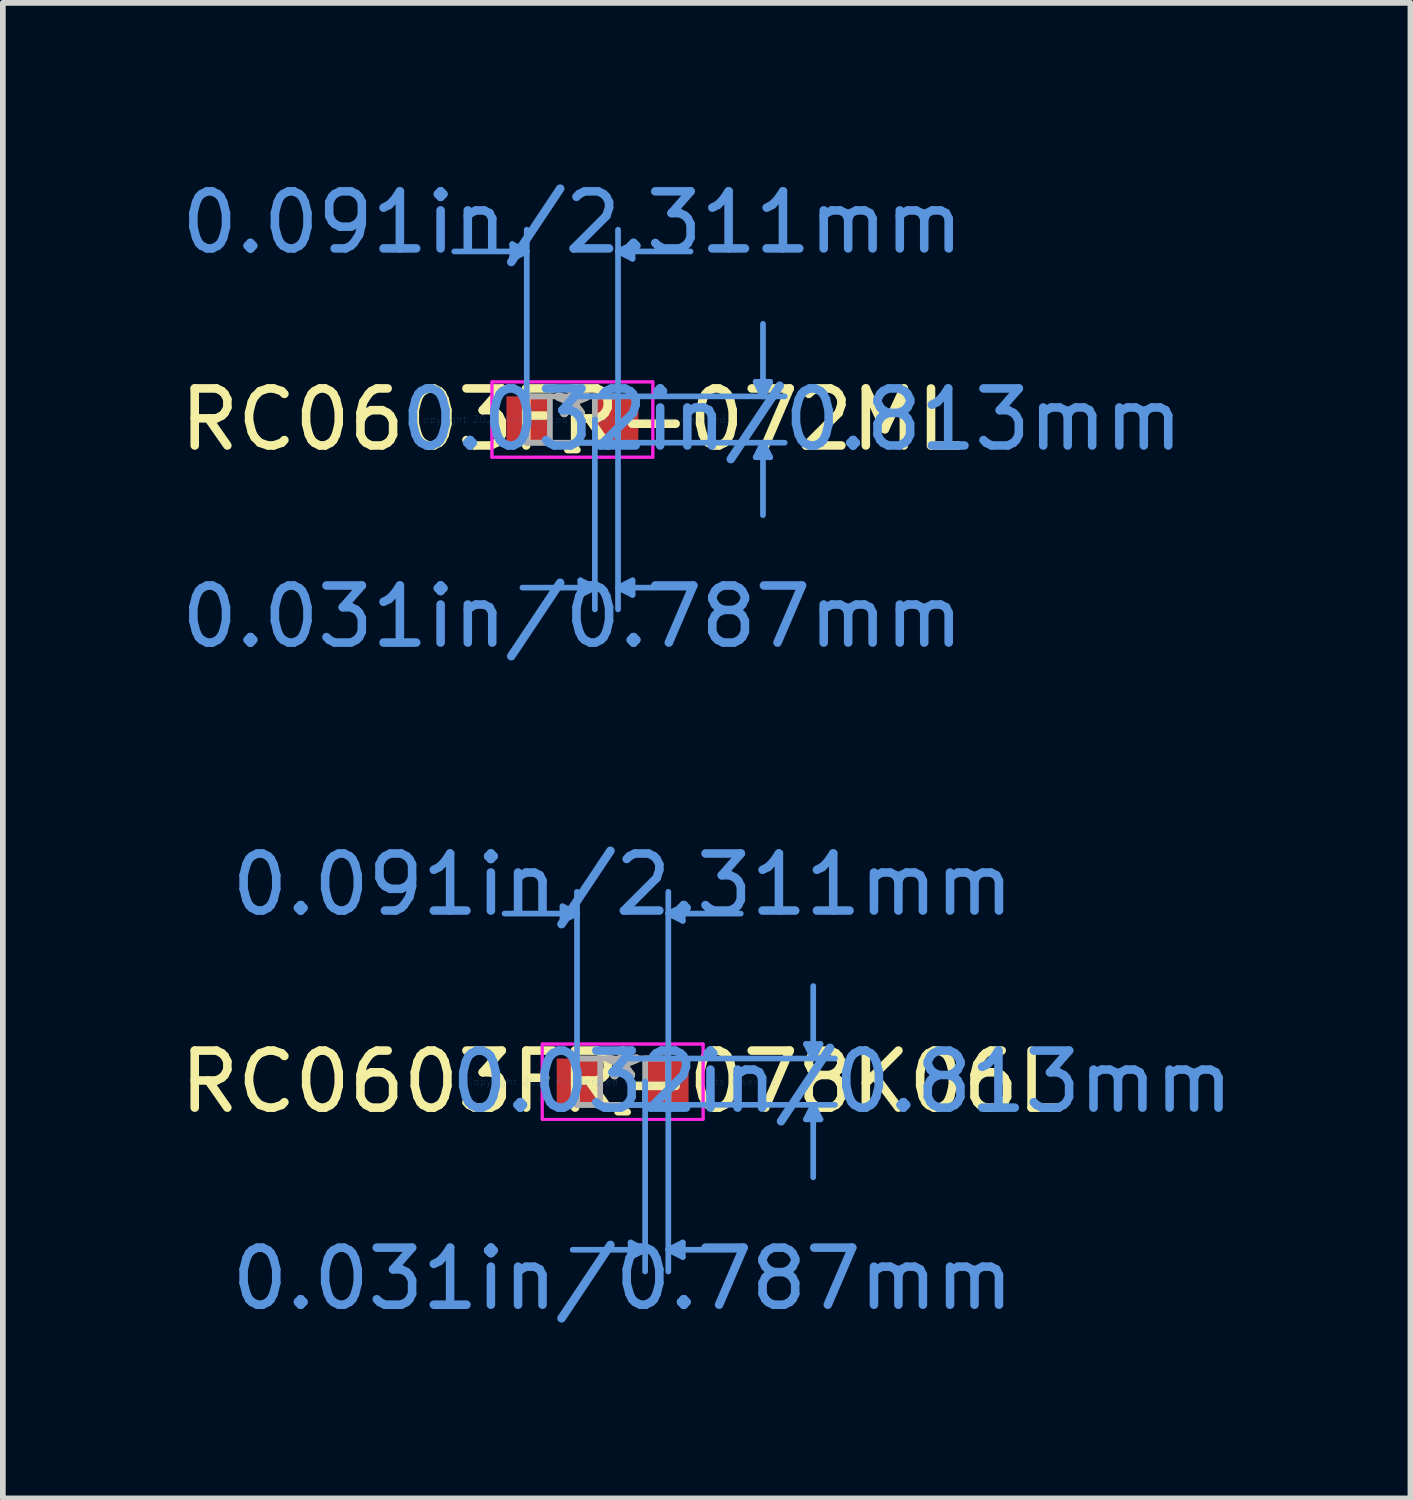
<source format=kicad_pcb>
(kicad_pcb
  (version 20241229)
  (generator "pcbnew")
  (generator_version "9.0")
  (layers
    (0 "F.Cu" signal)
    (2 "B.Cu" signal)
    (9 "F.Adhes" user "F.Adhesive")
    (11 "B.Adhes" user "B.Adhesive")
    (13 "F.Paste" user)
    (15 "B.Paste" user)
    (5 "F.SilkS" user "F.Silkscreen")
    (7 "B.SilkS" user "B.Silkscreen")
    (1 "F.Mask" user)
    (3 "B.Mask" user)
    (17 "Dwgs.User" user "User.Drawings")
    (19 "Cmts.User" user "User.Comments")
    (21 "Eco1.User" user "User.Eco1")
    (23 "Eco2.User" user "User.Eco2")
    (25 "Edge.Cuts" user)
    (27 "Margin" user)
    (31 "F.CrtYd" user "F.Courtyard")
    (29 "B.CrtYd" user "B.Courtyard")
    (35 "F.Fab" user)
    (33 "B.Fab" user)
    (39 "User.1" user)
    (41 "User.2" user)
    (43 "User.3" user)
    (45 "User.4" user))
  (footprint "RC0603FR-072ML"
    (layer "F.Cu")
    (at 6.982 4.303)
    (property "Reference" "RC0603FR-072ML" (at 0 0 0) (layer "F.SilkS") (effects (font (size 1 1) (thickness 0.15))))
    (attr through_hole)
    (fp_line (start -0.086 0.533) (end 0.086 0.533) (stroke (width 0.12) (type solid)) (layer "F.SilkS"))
    (fp_line (start 0.086 -0.533) (end -0.086 -0.533) (stroke (width 0.12) (type solid)) (layer "F.SilkS"))
    (fp_line (start -1.054 -3.073) (end -1.054 -2.819) (stroke (width 0.1) (type solid)) (layer "Cmts.User"))
    (fp_line (start -0.8 -2.946) (end -2.07 -2.946) (stroke (width 0.1) (type solid)) (layer "Cmts.User"))
    (fp_line (start -0.8 -2.946) (end -1.054 -3.073) (stroke (width 0.1) (type solid)) (layer "Cmts.User"))
    (fp_line (start -0.8 -2.946) (end -1.054 -2.819) (stroke (width 0.1) (type solid)) (layer "Cmts.User"))
    (fp_line (start -0.8 0) (end -0.8 -3.327) (stroke (width 0.1) (type solid)) (layer "Cmts.User"))
    (fp_line (start 0 -0.406) (end 3.721 -0.406) (stroke (width 0.1) (type solid)) (layer "Cmts.User"))
    (fp_line (start 0 0.406) (end 3.721 0.406) (stroke (width 0.1) (type solid)) (layer "Cmts.User"))
    (fp_line (start 0.14 2.819) (end 0.14 3.073) (stroke (width 0.1) (type solid)) (layer "Cmts.User"))
    (fp_line (start 0.394 0) (end 0.394 3.327) (stroke (width 0.1) (type solid)) (layer "Cmts.User"))
    (fp_line (start 0.394 2.946) (end -0.876 2.946) (stroke (width 0.1) (type solid)) (layer "Cmts.User"))
    (fp_line (start 0.394 2.946) (end 0.14 2.819) (stroke (width 0.1) (type solid)) (layer "Cmts.User"))
    (fp_line (start 0.394 2.946) (end 0.14 3.073) (stroke (width 0.1) (type solid)) (layer "Cmts.User"))
    (fp_line (start 0.8 -2.946) (end 1.054 -3.073) (stroke (width 0.1) (type solid)) (layer "Cmts.User"))
    (fp_line (start 0.8 -2.946) (end 1.054 -2.819) (stroke (width 0.1) (type solid)) (layer "Cmts.User"))
    (fp_line (start 0.8 -2.946) (end 2.07 -2.946) (stroke (width 0.1) (type solid)) (layer "Cmts.User"))
    (fp_line (start 0.8 0) (end 0.8 -3.327) (stroke (width 0.1) (type solid)) (layer "Cmts.User"))
    (fp_line (start 0.8 0) (end 0.8 3.327) (stroke (width 0.1) (type solid)) (layer "Cmts.User"))
    (fp_line (start 0.8 2.946) (end 1.054 2.819) (stroke (width 0.1) (type solid)) (layer "Cmts.User"))
    (fp_line (start 0.8 2.946) (end 1.054 3.073) (stroke (width 0.1) (type solid)) (layer "Cmts.User"))
    (fp_line (start 0.8 2.946) (end 2.07 2.946) (stroke (width 0.1) (type solid)) (layer "Cmts.User"))
    (fp_line (start 1.054 -3.073) (end 1.054 -2.819) (stroke (width 0.1) (type solid)) (layer "Cmts.User"))
    (fp_line (start 1.054 2.819) (end 1.054 3.073) (stroke (width 0.1) (type solid)) (layer "Cmts.User"))
    (fp_line (start 3.213 -0.66) (end 3.467 -0.66) (stroke (width 0.1) (type solid)) (layer "Cmts.User"))
    (fp_line (start 3.213 0.66) (end 3.467 0.66) (stroke (width 0.1) (type solid)) (layer "Cmts.User"))
    (fp_line (start 3.34 -0.406) (end 3.213 -0.66) (stroke (width 0.1) (type solid)) (layer "Cmts.User"))
    (fp_line (start 3.34 -0.406) (end 3.34 -1.676) (stroke (width 0.1) (type solid)) (layer "Cmts.User"))
    (fp_line (start 3.34 -0.406) (end 3.467 -0.66) (stroke (width 0.1) (type solid)) (layer "Cmts.User"))
    (fp_line (start 3.34 0.406) (end 3.213 0.66) (stroke (width 0.1) (type solid)) (layer "Cmts.User"))
    (fp_line (start 3.34 0.406) (end 3.34 1.676) (stroke (width 0.1) (type solid)) (layer "Cmts.User"))
    (fp_line (start 3.34 0.406) (end 3.467 0.66) (stroke (width 0.1) (type solid)) (layer "Cmts.User"))
    (fp_line (start -1.41 -0.66) (end 1.41 -0.66) (stroke (width 0.05) (type solid)) (layer "F.CrtYd"))
    (fp_line (start -1.41 -0.66) (end 1.41 -0.66) (stroke (width 0.05) (type solid)) (layer "F.CrtYd"))
    (fp_line (start -1.41 0.66) (end -1.41 -0.66) (stroke (width 0.05) (type solid)) (layer "F.CrtYd"))
    (fp_line (start -1.41 0.66) (end -1.41 -0.66) (stroke (width 0.05) (type solid)) (layer "F.CrtYd"))
    (fp_line (start 1.41 -0.66) (end 1.41 0.66) (stroke (width 0.05) (type solid)) (layer "F.CrtYd"))
    (fp_line (start 1.41 -0.66) (end 1.41 0.66) (stroke (width 0.05) (type solid)) (layer "F.CrtYd"))
    (fp_line (start 1.41 0.66) (end -1.41 0.66) (stroke (width 0.05) (type solid)) (layer "F.CrtYd"))
    (fp_line (start 1.41 0.66) (end -1.41 0.66) (stroke (width 0.05) (type solid)) (layer "F.CrtYd"))
    (fp_line (start -0.8 -0.406) (end -0.8 0.406) (stroke (width 0.1) (type solid)) (layer "F.Fab"))
    (fp_line (start -0.8 -0.406) (end -0.8 0.406) (stroke (width 0.1) (type solid)) (layer "F.Fab"))
    (fp_line (start -0.8 0.406) (end -0.394 0.406) (stroke (width 0.1) (type solid)) (layer "F.Fab"))
    (fp_line (start -0.8 0.406) (end 0.8 0.406) (stroke (width 0.1) (type solid)) (layer "F.Fab"))
    (fp_line (start -0.394 -0.406) (end -0.8 -0.406) (stroke (width 0.1) (type solid)) (layer "F.Fab"))
    (fp_line (start -0.394 0.406) (end -0.394 -0.406) (stroke (width 0.1) (type solid)) (layer "F.Fab"))
    (fp_line (start 0.394 -0.406) (end 0.394 0.406) (stroke (width 0.1) (type solid)) (layer "F.Fab"))
    (fp_line (start 0.394 0.406) (end 0.8 0.406) (stroke (width 0.1) (type solid)) (layer "F.Fab"))
    (fp_line (start 0.8 -0.406) (end -0.8 -0.406) (stroke (width 0.1) (type solid)) (layer "F.Fab"))
    (fp_line (start 0.8 -0.406) (end 0.394 -0.406) (stroke (width 0.1) (type solid)) (layer "F.Fab"))
    (fp_line (start 0.8 0.406) (end 0.8 -0.406) (stroke (width 0.1) (type solid)) (layer "F.Fab"))
    (fp_line (start 0.8 0.406) (end 0.8 -0.406) (stroke (width 0.1) (type solid)) (layer "F.Fab"))
    (fp_text user "*" (at 0 0 0) (layer "F.SilkS") (effects (font (size 1 1) (thickness 0.15))))
    (fp_text user "0.091in/2.311mm" (at 0 -3.454 0) (layer "Cmts.User") (effects (font (size 1 1) (thickness 0.15))))
    (fp_text user "0.032in/0.813mm" (at 3.848 0 0) (layer "Cmts.User") (effects (font (size 1 1) (thickness 0.15))))
    (fp_text user "Copyright 2021 Accelerated Designs. All rights reserved." (at 0 0 0) (layer "Cmts.User") (effects (font (size 0.127 0.127) (thickness 0.002))))
    (fp_text user "0.031in/0.787mm" (at 0 3.454 0) (layer "Cmts.User") (effects (font (size 1 1) (thickness 0.15))))
    (fp_text user "*" (at 0 0 0) (layer "F.Fab") (effects (font (size 1 1) (thickness 0.15))))
    (pad "1" smd rect (at -0.775 0) (size 0.762 0.813) (layers "F.Cu" "F.Mask" "F.Paste"))
    (pad "2" smd rect (at 0.775 0) (size 0.762 0.813) (layers "F.Cu" "F.Mask" "F.Paste")))
  (footprint "RC0603FR-078K06L"
    (layer "F.Cu")
    (at 7.863 15.908)
    (property "Reference" "RC0603FR-078K06L" (at 0 0 0) (layer "F.SilkS") (effects (font (size 1 1) (thickness 0.15))))
    (attr through_hole)
    (fp_line (start -0.086 0.533) (end 0.086 0.533) (stroke (width 0.12) (type solid)) (layer "F.SilkS"))
    (fp_line (start 0.086 -0.533) (end -0.086 -0.533) (stroke (width 0.12) (type solid)) (layer "F.SilkS"))
    (fp_line (start -1.054 -3.073) (end -1.054 -2.819) (stroke (width 0.1) (type solid)) (layer "Cmts.User"))
    (fp_line (start -0.8 -2.946) (end -2.07 -2.946) (stroke (width 0.1) (type solid)) (layer "Cmts.User"))
    (fp_line (start -0.8 -2.946) (end -1.054 -3.073) (stroke (width 0.1) (type solid)) (layer "Cmts.User"))
    (fp_line (start -0.8 -2.946) (end -1.054 -2.819) (stroke (width 0.1) (type solid)) (layer "Cmts.User"))
    (fp_line (start -0.8 0) (end -0.8 -3.327) (stroke (width 0.1) (type solid)) (layer "Cmts.User"))
    (fp_line (start 0 -0.406) (end 3.721 -0.406) (stroke (width 0.1) (type solid)) (layer "Cmts.User"))
    (fp_line (start 0 0.406) (end 3.721 0.406) (stroke (width 0.1) (type solid)) (layer "Cmts.User"))
    (fp_line (start 0.14 2.819) (end 0.14 3.073) (stroke (width 0.1) (type solid)) (layer "Cmts.User"))
    (fp_line (start 0.394 0) (end 0.394 3.327) (stroke (width 0.1) (type solid)) (layer "Cmts.User"))
    (fp_line (start 0.394 2.946) (end -0.876 2.946) (stroke (width 0.1) (type solid)) (layer "Cmts.User"))
    (fp_line (start 0.394 2.946) (end 0.14 2.819) (stroke (width 0.1) (type solid)) (layer "Cmts.User"))
    (fp_line (start 0.394 2.946) (end 0.14 3.073) (stroke (width 0.1) (type solid)) (layer "Cmts.User"))
    (fp_line (start 0.8 -2.946) (end 1.054 -3.073) (stroke (width 0.1) (type solid)) (layer "Cmts.User"))
    (fp_line (start 0.8 -2.946) (end 1.054 -2.819) (stroke (width 0.1) (type solid)) (layer "Cmts.User"))
    (fp_line (start 0.8 -2.946) (end 2.07 -2.946) (stroke (width 0.1) (type solid)) (layer "Cmts.User"))
    (fp_line (start 0.8 0) (end 0.8 -3.327) (stroke (width 0.1) (type solid)) (layer "Cmts.User"))
    (fp_line (start 0.8 0) (end 0.8 3.327) (stroke (width 0.1) (type solid)) (layer "Cmts.User"))
    (fp_line (start 0.8 2.946) (end 1.054 2.819) (stroke (width 0.1) (type solid)) (layer "Cmts.User"))
    (fp_line (start 0.8 2.946) (end 1.054 3.073) (stroke (width 0.1) (type solid)) (layer "Cmts.User"))
    (fp_line (start 0.8 2.946) (end 2.07 2.946) (stroke (width 0.1) (type solid)) (layer "Cmts.User"))
    (fp_line (start 1.054 -3.073) (end 1.054 -2.819) (stroke (width 0.1) (type solid)) (layer "Cmts.User"))
    (fp_line (start 1.054 2.819) (end 1.054 3.073) (stroke (width 0.1) (type solid)) (layer "Cmts.User"))
    (fp_line (start 3.213 -0.66) (end 3.467 -0.66) (stroke (width 0.1) (type solid)) (layer "Cmts.User"))
    (fp_line (start 3.213 0.66) (end 3.467 0.66) (stroke (width 0.1) (type solid)) (layer "Cmts.User"))
    (fp_line (start 3.34 -0.406) (end 3.213 -0.66) (stroke (width 0.1) (type solid)) (layer "Cmts.User"))
    (fp_line (start 3.34 -0.406) (end 3.34 -1.676) (stroke (width 0.1) (type solid)) (layer "Cmts.User"))
    (fp_line (start 3.34 -0.406) (end 3.467 -0.66) (stroke (width 0.1) (type solid)) (layer "Cmts.User"))
    (fp_line (start 3.34 0.406) (end 3.213 0.66) (stroke (width 0.1) (type solid)) (layer "Cmts.User"))
    (fp_line (start 3.34 0.406) (end 3.34 1.676) (stroke (width 0.1) (type solid)) (layer "Cmts.User"))
    (fp_line (start 3.34 0.406) (end 3.467 0.66) (stroke (width 0.1) (type solid)) (layer "Cmts.User"))
    (fp_line (start -1.41 -0.66) (end 1.41 -0.66) (stroke (width 0.05) (type solid)) (layer "F.CrtYd"))
    (fp_line (start -1.41 -0.66) (end 1.41 -0.66) (stroke (width 0.05) (type solid)) (layer "F.CrtYd"))
    (fp_line (start -1.41 0.66) (end -1.41 -0.66) (stroke (width 0.05) (type solid)) (layer "F.CrtYd"))
    (fp_line (start -1.41 0.66) (end -1.41 -0.66) (stroke (width 0.05) (type solid)) (layer "F.CrtYd"))
    (fp_line (start 1.41 -0.66) (end 1.41 0.66) (stroke (width 0.05) (type solid)) (layer "F.CrtYd"))
    (fp_line (start 1.41 -0.66) (end 1.41 0.66) (stroke (width 0.05) (type solid)) (layer "F.CrtYd"))
    (fp_line (start 1.41 0.66) (end -1.41 0.66) (stroke (width 0.05) (type solid)) (layer "F.CrtYd"))
    (fp_line (start 1.41 0.66) (end -1.41 0.66) (stroke (width 0.05) (type solid)) (layer "F.CrtYd"))
    (fp_line (start -0.8 -0.406) (end -0.8 0.406) (stroke (width 0.1) (type solid)) (layer "F.Fab"))
    (fp_line (start -0.8 -0.406) (end -0.8 0.406) (stroke (width 0.1) (type solid)) (layer "F.Fab"))
    (fp_line (start -0.8 0.406) (end -0.394 0.406) (stroke (width 0.1) (type solid)) (layer "F.Fab"))
    (fp_line (start -0.8 0.406) (end 0.8 0.406) (stroke (width 0.1) (type solid)) (layer "F.Fab"))
    (fp_line (start -0.394 -0.406) (end -0.8 -0.406) (stroke (width 0.1) (type solid)) (layer "F.Fab"))
    (fp_line (start -0.394 0.406) (end -0.394 -0.406) (stroke (width 0.1) (type solid)) (layer "F.Fab"))
    (fp_line (start 0.394 -0.406) (end 0.394 0.406) (stroke (width 0.1) (type solid)) (layer "F.Fab"))
    (fp_line (start 0.394 0.406) (end 0.8 0.406) (stroke (width 0.1) (type solid)) (layer "F.Fab"))
    (fp_line (start 0.8 -0.406) (end -0.8 -0.406) (stroke (width 0.1) (type solid)) (layer "F.Fab"))
    (fp_line (start 0.8 -0.406) (end 0.394 -0.406) (stroke (width 0.1) (type solid)) (layer "F.Fab"))
    (fp_line (start 0.8 0.406) (end 0.8 -0.406) (stroke (width 0.1) (type solid)) (layer "F.Fab"))
    (fp_line (start 0.8 0.406) (end 0.8 -0.406) (stroke (width 0.1) (type solid)) (layer "F.Fab"))
    (fp_text user "*" (at 0 0 0) (layer "F.SilkS") (effects (font (size 1 1) (thickness 0.15))))
    (fp_text user "Copyright 2021 Accelerated Designs. All rights reserved." (at 0 0 0) (layer "Cmts.User") (effects (font (size 0.127 0.127) (thickness 0.002))))
    (fp_text user "0.091in/2.311mm" (at 0 -3.454 0) (layer "Cmts.User") (effects (font (size 1 1) (thickness 0.15))))
    (fp_text user "0.031in/0.787mm" (at 0 3.454 0) (layer "Cmts.User") (effects (font (size 1 1) (thickness 0.15))))
    (fp_text user "0.032in/0.813mm" (at 3.848 0 0) (layer "Cmts.User") (effects (font (size 1 1) (thickness 0.15))))
    (fp_text user "*" (at 0 0 0) (layer "F.Fab") (effects (font (size 1 1) (thickness 0.15))))
    (pad "1" smd rect (at -0.775 0) (size 0.762 0.813) (layers "F.Cu" "F.Mask" "F.Paste"))
    (pad "2" smd rect (at 0.775 0) (size 0.762 0.813) (layers "F.Cu" "F.Mask" "F.Paste")))
  (gr_rect
    (start -3 -3)
    (end 21.67 23.211)
    (stroke (width 0.1) (type default))
    (fill no)
    (layer "Edge.Cuts")))
</source>
